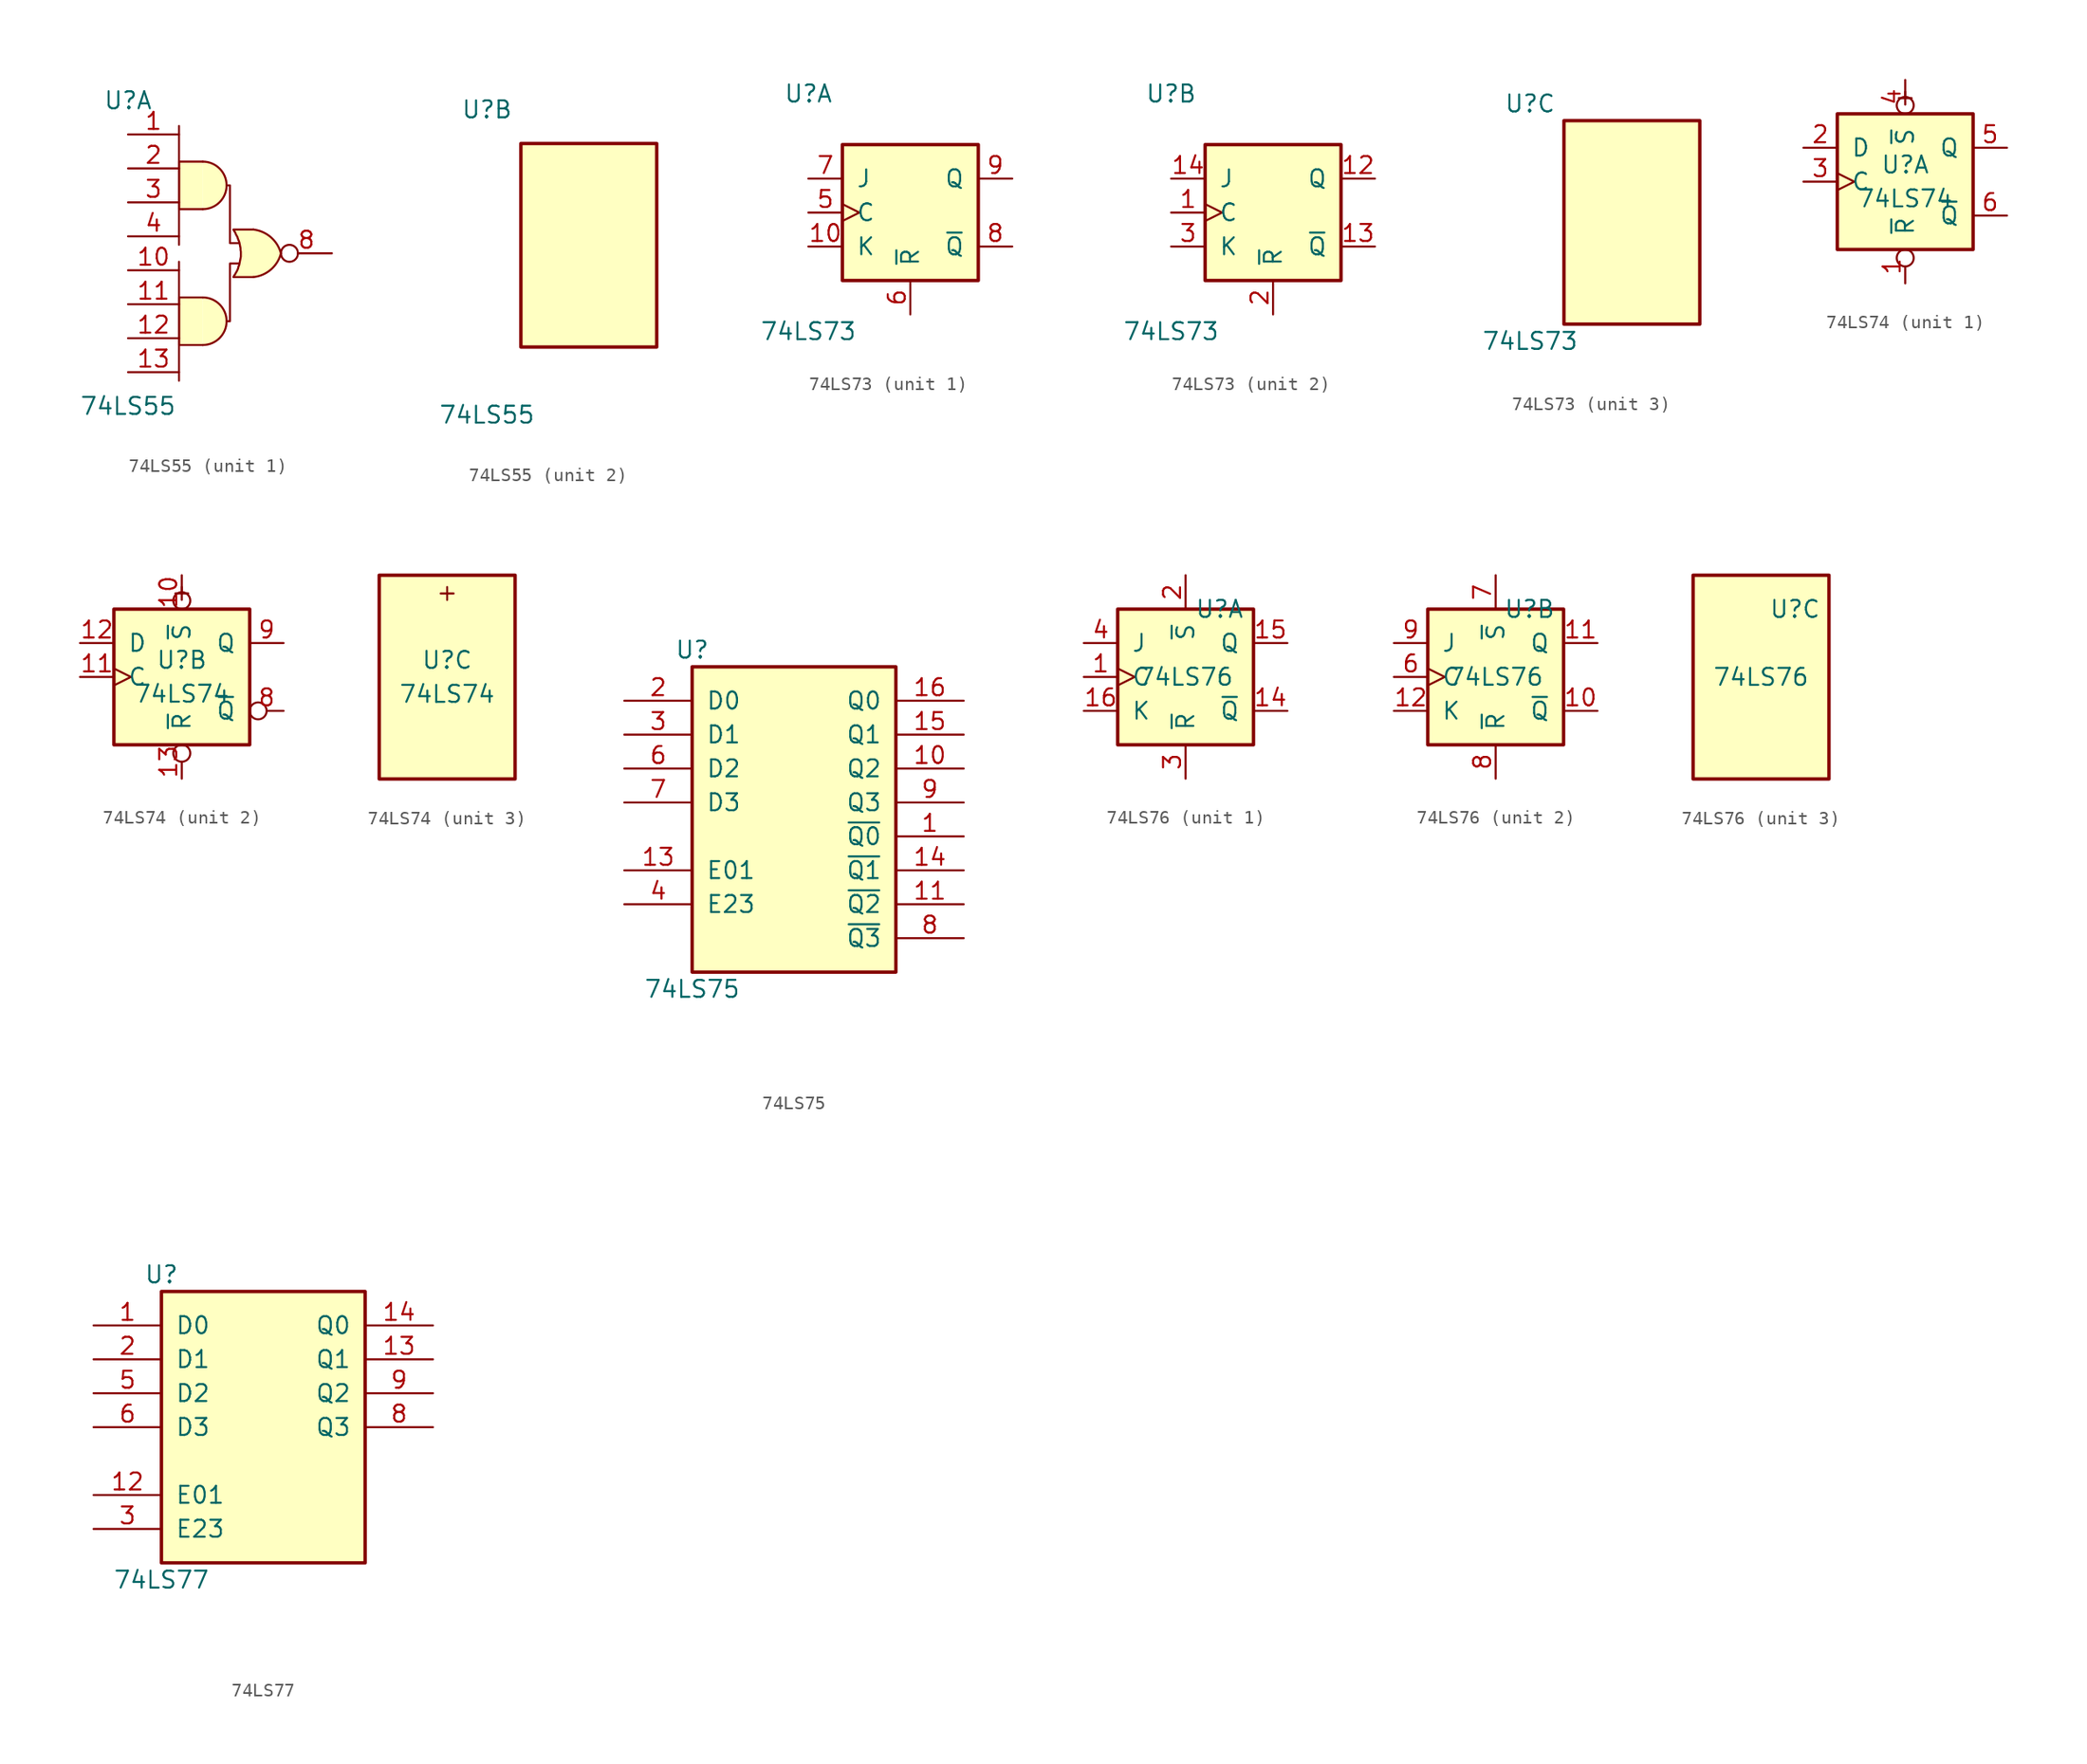
<source format=kicad_sym>
(kicad_symbol_lib
  (version 20231120)
  (generator "kicad_symbol_editor")
  (generator_version "8.0")
  (symbol "74LS55"
    (pin_names
      (offset 1.016))
    (property "Reference" "U"
      (at -7.62 10.16 0)
      (effects (font (size 1.27 1.27))))
    (property "Value" "74LS55"
      (at -7.62 -12.7 0)
      (effects (font (size 1.27 1.27))))
    (property "ki_locked" ""
      (at 0 0 0)
      (effects (font (size 1.27 1.27))))
    (symbol "74LS55_1_0"
      (arc (start -2.032 -8.128) (mid -0.2617 -6.35) (end -2.032 -4.572) (stroke (width 0) (type default)) (fill (type background)))
      (arc (start -2.032 2.032) (mid -0.2617 3.81) (end -2.032 5.588) (stroke (width 0) (type default)) (fill (type background)))
      (polyline (pts (xy -3.81 -1.905) (xy -3.81 -10.795)) (stroke (width 0) (type default)) (fill (type none)))
      (polyline (pts (xy -3.81 8.255) (xy -3.81 -0.635)) (stroke (width 0) (type default)) (fill (type none)))
      (polyline (pts (xy -2.032 -4.572) (xy -3.81 -4.572) (xy -3.81 -8.128) (xy -2.032 -8.128)) (stroke (width 0) (type default)) (fill (type background)))
      (polyline (pts (xy -2.032 5.588) (xy -3.81 5.588) (xy -3.81 2.032) (xy -2.032 2.032)) (stroke (width 0) (type default)) (fill (type background)))
      (polyline (pts (xy -0.254 3.81) (xy 0 3.81) (xy 0 -0.508) (xy 0.635 -0.508)) (stroke (width 0) (type default)) (fill (type none)))
      (polyline (pts (xy 0.635 -2.032) (xy 0 -2.032) (xy 0 -6.35) (xy -0.254 -6.35)) (stroke (width 0) (type default)) (fill (type none)))
      (polyline (pts (xy 1.753 0.508) (xy 0.254 0.508) (xy 0.254 0.508) (xy 0.305 0.406) (xy 0.381 0.305) (xy 0.432 0.178) (xy 0.483 0.076) (xy 0.559 -0.051) (xy 0.584 -0.152) (xy 0.635 -0.279) (xy 0.686 -0.406) (xy 0.711 -0.508) (xy 0.737 -0.635) (xy 0.762 -0.762) (xy 0.787 -0.889) (xy 0.787 -1.016) (xy 0.813 -1.143) (xy 0.813 -1.27) (xy 0.813 -1.397) (xy 0.813 -1.524) (xy 0.787 -1.651) (xy 0.762 -1.778) (xy 0.737 -1.905) (xy 0.711 -2.032) (xy 0.686 -2.159) (xy 0.635 -2.261) (xy 0.61 -2.388) (xy 0.559 -2.515) (xy 0.508 -2.616) (xy 0.432 -2.743) (xy 0.381 -2.845) (xy 0.305 -2.946) (xy 0.254 -3.048) (xy 0.254 -3.048) (xy 1.753 -3.048)) (stroke (width 0.152) (type default)) (fill (type background)))
      (arc (start 1.7526 -3.048) (mid 3.0627 -2.4821) (end 3.81 -1.27) (stroke (width 0.1524) (type default)) (fill (type background)))
      (arc (start 3.81 -1.27) (mid 3.0558 -0.0659) (end 1.7526 0.508) (stroke (width 0.1524) (type default)) (fill (type background)))
      (pin input line (at -7.62 7.62 0) (length 3.81) (name "~" (effects (font (size 1.27 1.27)))) (number "1" (effects (font (size 1.27 1.27)))))
      (pin input line (at -7.62 -2.54 0) (length 3.81) (name "~" (effects (font (size 1.27 1.27)))) (number "10" (effects (font (size 1.27 1.27)))))
      (pin input line (at -7.62 -5.08 0) (length 3.81) (name "~" (effects (font (size 1.27 1.27)))) (number "11" (effects (font (size 1.27 1.27)))))
      (pin input line (at -7.62 -7.62 0) (length 3.81) (name "~" (effects (font (size 1.27 1.27)))) (number "12" (effects (font (size 1.27 1.27)))))
      (pin input line (at -7.62 -10.16 0) (length 3.81) (name "~" (effects (font (size 1.27 1.27)))) (number "13" (effects (font (size 1.27 1.27)))))
      (pin input line (at -7.62 5.08 0) (length 3.81) (name "~" (effects (font (size 1.27 1.27)))) (number "2" (effects (font (size 1.27 1.27)))))
      (pin input line (at -7.62 2.54 0) (length 3.81) (name "~" (effects (font (size 1.27 1.27)))) (number "3" (effects (font (size 1.27 1.27)))))
      (pin input line (at -7.62 0 0) (length 3.81) (name "~" (effects (font (size 1.27 1.27)))) (number "4" (effects (font (size 1.27 1.27)))))
      (pin output inverted (at 7.62 -1.27 180) (length 3.81) (name "~" (effects (font (size 1.27 1.27)))) (number "8" (effects (font (size 1.27 1.27))))))
    (symbol "74LS55_2_0"
      (pin input line (at 0 11.43 270) (length 3.81) hide (name "VCC" (effects (font (size 1.27 1.27)))) (number "14" (effects (font (size 1.27 1.27)))))
      (pin input line (at 0 -11.43 90) (length 3.81) hide (name "GND" (effects (font (size 1.27 1.27)))) (number "7" (effects (font (size 1.27 1.27))))))
    (symbol "74LS55_2_1"
      (rectangle (start -5.08 7.62) (end 5.08 -7.62) (stroke (width 0.254) (type default)) (fill (type background)))))
  (symbol "74LS73"
    (pin_names
      (offset 1.016))
    (property "Reference" "U"
      (at -7.62 8.89 0)
      (effects (font (size 1.27 1.27))))
    (property "Value" "74LS73"
      (at -7.62 -8.89 0)
      (effects (font (size 1.27 1.27))))
    (property "ki_locked" ""
      (at 0 0 0)
      (effects (font (size 1.27 1.27))))
    (symbol "74LS73_1_0"
      (pin input line (at -7.62 -2.54 0) (length 2.54) (name "K" (effects (font (size 1.27 1.27)))) (number "10" (effects (font (size 1.27 1.27)))))
      (pin input clock (at -7.62 0 0) (length 2.54) (name "C" (effects (font (size 1.27 1.27)))) (number "5" (effects (font (size 1.27 1.27)))))
      (pin input line (at 0 -7.62 90) (length 2.54) (name "~{R}" (effects (font (size 1.27 1.27)))) (number "6" (effects (font (size 1.27 1.27)))))
      (pin input line (at -7.62 2.54 0) (length 2.54) (name "J" (effects (font (size 1.27 1.27)))) (number "7" (effects (font (size 1.27 1.27)))))
      (pin output line (at 7.62 -2.54 180) (length 2.54) (name "~{Q}" (effects (font (size 1.27 1.27)))) (number "8" (effects (font (size 1.27 1.27)))))
      (pin output line (at 7.62 2.54 180) (length 2.54) (name "Q" (effects (font (size 1.27 1.27)))) (number "9" (effects (font (size 1.27 1.27))))))
    (symbol "74LS73_1_1"
      (rectangle (start -5.08 5.08) (end 5.08 -5.08) (stroke (width 0.254) (type default)) (fill (type background))))
    (symbol "74LS73_2_0"
      (pin input clock (at -7.62 0 0) (length 2.54) (name "C" (effects (font (size 1.27 1.27)))) (number "1" (effects (font (size 1.27 1.27)))))
      (pin output line (at 7.62 2.54 180) (length 2.54) (name "Q" (effects (font (size 1.27 1.27)))) (number "12" (effects (font (size 1.27 1.27)))))
      (pin output line (at 7.62 -2.54 180) (length 2.54) (name "~{Q}" (effects (font (size 1.27 1.27)))) (number "13" (effects (font (size 1.27 1.27)))))
      (pin input line (at -7.62 2.54 0) (length 2.54) (name "J" (effects (font (size 1.27 1.27)))) (number "14" (effects (font (size 1.27 1.27)))))
      (pin input line (at 0 -7.62 90) (length 2.54) (name "~{R}" (effects (font (size 1.27 1.27)))) (number "2" (effects (font (size 1.27 1.27)))))
      (pin input line (at -7.62 -2.54 0) (length 2.54) (name "K" (effects (font (size 1.27 1.27)))) (number "3" (effects (font (size 1.27 1.27))))))
    (symbol "74LS73_2_1"
      (rectangle (start -5.08 5.08) (end 5.08 -5.08) (stroke (width 0.254) (type default)) (fill (type background))))
    (symbol "74LS73_3_0"
      (pin input line (at 0 -10.16 90) (length 2.54) hide (name "GND" (effects (font (size 1.27 1.27)))) (number "11" (effects (font (size 1.27 1.27)))))
      (pin input line (at 0 10.16 270) (length 2.54) hide (name "VCC" (effects (font (size 1.27 1.27)))) (number "4" (effects (font (size 1.27 1.27))))))
    (symbol "74LS73_3_1"
      (rectangle (start -5.08 7.62) (end 5.08 -7.62) (stroke (width 0.254) (type default)) (fill (type background)))))
  (symbol "74LS74"
    (pin_names
      (offset 1.016))
    (property "Reference" "U"
      (at 0 1.27 0)
      (effects (font (size 1.27 1.27))))
    (property "Value" "74LS74"
      (at 0 -1.27 0)
      (effects (font (size 1.27 1.27))))
    (property "ki_locked" ""
      (at 0 0 0)
      (effects (font (size 1.27 1.27))))
    (symbol "74LS74_0_1"
      (text "+" (at 0 6.35 0) (effects (font (size 1.27 1.27)))))
    (symbol "74LS74_1_0"
      (pin input inverted (at 0 -7.62 90) (length 2.54) (name "~{R}" (effects (font (size 1.27 1.27)))) (number "1" (effects (font (size 1.27 1.27)))))
      (pin input line (at -7.62 2.54 0) (length 2.54) (name "D" (effects (font (size 1.27 1.27)))) (number "2" (effects (font (size 1.27 1.27)))))
      (pin input clock (at -7.62 0 0) (length 2.54) (name "C" (effects (font (size 1.27 1.27)))) (number "3" (effects (font (size 1.27 1.27)))))
      (pin input inverted (at 0 7.62 270) (length 2.54) (name "~{S}" (effects (font (size 1.27 1.27)))) (number "4" (effects (font (size 1.27 1.27)))))
      (pin output line (at 7.62 2.54 180) (length 2.54) (name "Q" (effects (font (size 1.27 1.27)))) (number "5" (effects (font (size 1.27 1.27)))))
      (pin output line (at 7.62 -2.54 180) (length 2.54) (name "~{Q}" (effects (font (size 1.27 1.27)))) (number "6" (effects (font (size 1.27 1.27))))))
    (symbol "74LS74_1_1"
      (rectangle (start -5.08 5.08) (end 5.08 -5.08) (stroke (width 0.254) (type default)) (fill (type background))))
    (symbol "74LS74_2_0"
      (pin input clock (at -7.62 0 0) (length 2.54) (name "C" (effects (font (size 1.27 1.27)))) (number "11" (effects (font (size 1.27 1.27)))))
      (pin input line (at -7.62 2.54 0) (length 2.54) (name "D" (effects (font (size 1.27 1.27)))) (number "12" (effects (font (size 1.27 1.27)))))
      (pin input inverted (at 0 -7.62 90) (length 2.54) (name "~{R}" (effects (font (size 1.27 1.27)))) (number "13" (effects (font (size 1.27 1.27)))))
      (pin output inverted (at 7.62 -2.54 180) (length 2.54) (name "~{Q}" (effects (font (size 1.27 1.27)))) (number "8" (effects (font (size 1.27 1.27)))))
      (pin output line (at 7.62 2.54 180) (length 2.54) (name "Q" (effects (font (size 1.27 1.27)))) (number "9" (effects (font (size 1.27 1.27))))))
    (symbol "74LS74_2_1"
      (rectangle (start -5.08 5.08) (end 5.08 -5.08) (stroke (width 0.254) (type default)) (fill (type background)))
      (pin input inverted (at 0 7.62 270) (length 2.54) (name "~{S}" (effects (font (size 1.27 1.27)))) (number "10" (effects (font (size 1.27 1.27))))))
    (symbol "74LS74_3_0"
      (pin power_in line (at 0 7.62 270) (length 2.54) hide (name "VCC" (effects (font (size 1.27 1.27)))) (number "14" (effects (font (size 1.27 1.27)))))
      (pin power_in line (at 0 -7.62 90) (length 2.54) hide (name "GND" (effects (font (size 1.27 1.27)))) (number "7" (effects (font (size 1.27 1.27))))))
    (symbol "74LS74_3_1"
      (rectangle (start -5.08 7.62) (end 5.08 -7.62) (stroke (width 0.254) (type default)) (fill (type background)))))
  (symbol "74LS75"
    (pin_names
      (offset 1.016))
    (property "Reference" "U"
      (at -7.62 11.43 0)
      (effects (font (size 1.27 1.27))))
    (property "Value" "74LS75"
      (at -7.62 -13.97 0)
      (effects (font (size 1.27 1.27))))
    (property "ki_locked" ""
      (at 0 0 0)
      (effects (font (size 1.27 1.27))))
    (symbol "74LS75_1_0"
      (pin output line (at 12.7 -2.54 180) (length 5.08) (name "~{Q0}" (effects (font (size 1.27 1.27)))) (number "1" (effects (font (size 1.27 1.27)))))
      (pin output line (at 12.7 2.54 180) (length 5.08) (name "Q2" (effects (font (size 1.27 1.27)))) (number "10" (effects (font (size 1.27 1.27)))))
      (pin output line (at 12.7 -7.62 180) (length 5.08) (name "~{Q2}" (effects (font (size 1.27 1.27)))) (number "11" (effects (font (size 1.27 1.27)))))
      (pin input line (at 0 -17.78 90) (length 5.08) hide (name "GND" (effects (font (size 1.27 1.27)))) (number "12" (effects (font (size 1.27 1.27)))))
      (pin input line (at -12.7 -5.08 0) (length 5.08) (name "E01" (effects (font (size 1.27 1.27)))) (number "13" (effects (font (size 1.27 1.27)))))
      (pin output line (at 12.7 -5.08 180) (length 5.08) (name "~{Q1}" (effects (font (size 1.27 1.27)))) (number "14" (effects (font (size 1.27 1.27)))))
      (pin output line (at 12.7 5.08 180) (length 5.08) (name "Q1" (effects (font (size 1.27 1.27)))) (number "15" (effects (font (size 1.27 1.27)))))
      (pin output line (at 12.7 7.62 180) (length 5.08) (name "Q0" (effects (font (size 1.27 1.27)))) (number "16" (effects (font (size 1.27 1.27)))))
      (pin input line (at -12.7 7.62 0) (length 5.08) (name "D0" (effects (font (size 1.27 1.27)))) (number "2" (effects (font (size 1.27 1.27)))))
      (pin input line (at -12.7 5.08 0) (length 5.08) (name "D1" (effects (font (size 1.27 1.27)))) (number "3" (effects (font (size 1.27 1.27)))))
      (pin input line (at -12.7 -7.62 0) (length 5.08) (name "E23" (effects (font (size 1.27 1.27)))) (number "4" (effects (font (size 1.27 1.27)))))
      (pin input line (at 0 15.24 270) (length 5.08) hide (name "VCC" (effects (font (size 1.27 1.27)))) (number "5" (effects (font (size 1.27 1.27)))))
      (pin input line (at -12.7 2.54 0) (length 5.08) (name "D2" (effects (font (size 1.27 1.27)))) (number "6" (effects (font (size 1.27 1.27)))))
      (pin input line (at -12.7 0 0) (length 5.08) (name "D3" (effects (font (size 1.27 1.27)))) (number "7" (effects (font (size 1.27 1.27)))))
      (pin output line (at 12.7 -10.16 180) (length 5.08) (name "~{Q3}" (effects (font (size 1.27 1.27)))) (number "8" (effects (font (size 1.27 1.27)))))
      (pin output line (at 12.7 0 180) (length 5.08) (name "Q3" (effects (font (size 1.27 1.27)))) (number "9" (effects (font (size 1.27 1.27))))))
    (symbol "74LS75_1_1"
      (rectangle (start -7.62 10.16) (end 7.62 -12.7) (stroke (width 0.254) (type default)) (fill (type background)))))
  (symbol "74LS76"
    (pin_names
      (offset 1.016))
    (property "Reference" "U"
      (at 2.54 5.08 0)
      (effects (font (size 1.27 1.27))))
    (property "Value" "74LS76"
      (at 0 0 0)
      (effects (font (size 1.27 1.27))))
    (property "ki_locked" ""
      (at 0 0 0)
      (effects (font (size 1.27 1.27))))
    (symbol "74LS76_1_0"
      (pin input clock (at -7.62 0 0) (length 2.54) (name "C" (effects (font (size 1.27 1.27)))) (number "1" (effects (font (size 1.27 1.27)))))
      (pin output line (at 7.62 -2.54 180) (length 2.54) (name "~{Q}" (effects (font (size 1.27 1.27)))) (number "14" (effects (font (size 1.27 1.27)))))
      (pin output line (at 7.62 2.54 180) (length 2.54) (name "Q" (effects (font (size 1.27 1.27)))) (number "15" (effects (font (size 1.27 1.27)))))
      (pin input line (at -7.62 -2.54 0) (length 2.54) (name "K" (effects (font (size 1.27 1.27)))) (number "16" (effects (font (size 1.27 1.27)))))
      (pin input line (at 0 7.62 270) (length 2.54) (name "~{S}" (effects (font (size 1.27 1.27)))) (number "2" (effects (font (size 1.27 1.27)))))
      (pin input line (at 0 -7.62 90) (length 2.54) (name "~{R}" (effects (font (size 1.27 1.27)))) (number "3" (effects (font (size 1.27 1.27)))))
      (pin input line (at -7.62 2.54 0) (length 2.54) (name "J" (effects (font (size 1.27 1.27)))) (number "4" (effects (font (size 1.27 1.27))))))
    (symbol "74LS76_1_1"
      (rectangle (start -5.08 5.08) (end 5.08 -5.08) (stroke (width 0.254) (type default)) (fill (type background))))
    (symbol "74LS76_2_0"
      (pin output line (at 7.62 -2.54 180) (length 2.54) (name "~{Q}" (effects (font (size 1.27 1.27)))) (number "10" (effects (font (size 1.27 1.27)))))
      (pin output line (at 7.62 2.54 180) (length 2.54) (name "Q" (effects (font (size 1.27 1.27)))) (number "11" (effects (font (size 1.27 1.27)))))
      (pin input line (at -7.62 -2.54 0) (length 2.54) (name "K" (effects (font (size 1.27 1.27)))) (number "12" (effects (font (size 1.27 1.27)))))
      (pin input clock (at -7.62 0 0) (length 2.54) (name "C" (effects (font (size 1.27 1.27)))) (number "6" (effects (font (size 1.27 1.27)))))
      (pin input line (at 0 7.62 270) (length 2.54) (name "~{S}" (effects (font (size 1.27 1.27)))) (number "7" (effects (font (size 1.27 1.27)))))
      (pin input line (at 0 -7.62 90) (length 2.54) (name "~{R}" (effects (font (size 1.27 1.27)))) (number "8" (effects (font (size 1.27 1.27)))))
      (pin input line (at -7.62 2.54 0) (length 2.54) (name "J" (effects (font (size 1.27 1.27)))) (number "9" (effects (font (size 1.27 1.27))))))
    (symbol "74LS76_2_1"
      (rectangle (start -5.08 5.08) (end 5.08 -5.08) (stroke (width 0.254) (type default)) (fill (type background))))
    (symbol "74LS76_3_0"
      (pin power_in line (at 0 -7.62 90) (length 2.54) hide (name "GND" (effects (font (size 1.27 1.27)))) (number "13" (effects (font (size 1.27 1.27)))))
      (pin power_in line (at 0 7.62 270) (length 2.54) hide (name "VCC" (effects (font (size 1.27 1.27)))) (number "5" (effects (font (size 1.27 1.27))))))
    (symbol "74LS76_3_1"
      (rectangle (start -5.08 7.62) (end 5.08 -7.62) (stroke (width 0.254) (type default)) (fill (type background)))))
  (symbol "74LS77"
    (pin_names
      (offset 1.016))
    (property "Reference" "U"
      (at -7.62 11.43 0)
      (effects (font (size 1.27 1.27))))
    (property "Value" "74LS77"
      (at -7.62 -11.43 0)
      (effects (font (size 1.27 1.27))))
    (property "ki_locked" ""
      (at 0 0 0)
      (effects (font (size 1.27 1.27))))
    (symbol "74LS77_1_0"
      (pin input line (at -12.7 7.62 0) (length 5.08) (name "D0" (effects (font (size 1.27 1.27)))) (number "1" (effects (font (size 1.27 1.27)))))
      (pin input line (at 0 -15.24 90) (length 5.08) hide (name "GND" (effects (font (size 1.27 1.27)))) (number "11" (effects (font (size 1.27 1.27)))))
      (pin input line (at -12.7 -5.08 0) (length 5.08) (name "E01" (effects (font (size 1.27 1.27)))) (number "12" (effects (font (size 1.27 1.27)))))
      (pin output line (at 12.7 5.08 180) (length 5.08) (name "Q1" (effects (font (size 1.27 1.27)))) (number "13" (effects (font (size 1.27 1.27)))))
      (pin output line (at 12.7 7.62 180) (length 5.08) (name "Q0" (effects (font (size 1.27 1.27)))) (number "14" (effects (font (size 1.27 1.27)))))
      (pin input line (at -12.7 5.08 0) (length 5.08) (name "D1" (effects (font (size 1.27 1.27)))) (number "2" (effects (font (size 1.27 1.27)))))
      (pin input line (at -12.7 -7.62 0) (length 5.08) (name "E23" (effects (font (size 1.27 1.27)))) (number "3" (effects (font (size 1.27 1.27)))))
      (pin input line (at 0 15.24 270) (length 5.08) hide (name "VCC" (effects (font (size 1.27 1.27)))) (number "4" (effects (font (size 1.27 1.27)))))
      (pin input line (at -12.7 2.54 0) (length 5.08) (name "D2" (effects (font (size 1.27 1.27)))) (number "5" (effects (font (size 1.27 1.27)))))
      (pin input line (at -12.7 0 0) (length 5.08) (name "D3" (effects (font (size 1.27 1.27)))) (number "6" (effects (font (size 1.27 1.27)))))
      (pin output line (at 12.7 0 180) (length 5.08) (name "Q3" (effects (font (size 1.27 1.27)))) (number "8" (effects (font (size 1.27 1.27)))))
      (pin output line (at 12.7 2.54 180) (length 5.08) (name "Q2" (effects (font (size 1.27 1.27)))) (number "9" (effects (font (size 1.27 1.27))))))
    (symbol "74LS77_1_1"
      (rectangle (start -7.62 10.16) (end 7.62 -10.16) (stroke (width 0.254) (type default)) (fill (type background))))))
</source>
